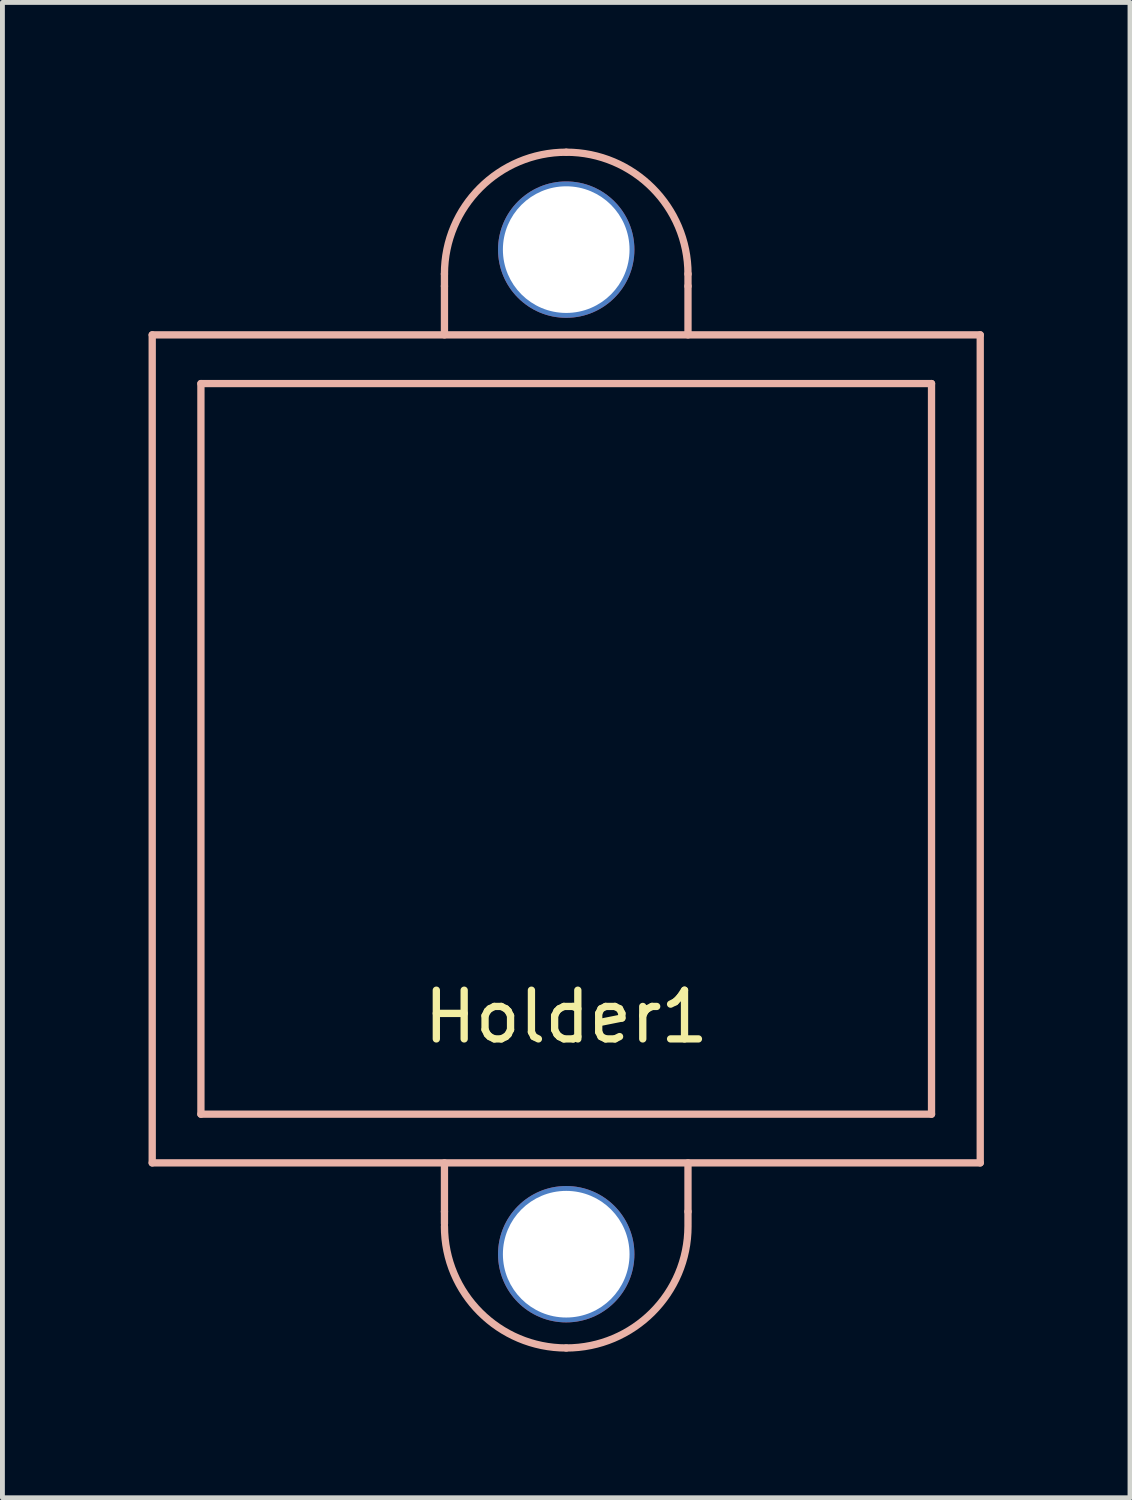
<source format=kicad_pcb>
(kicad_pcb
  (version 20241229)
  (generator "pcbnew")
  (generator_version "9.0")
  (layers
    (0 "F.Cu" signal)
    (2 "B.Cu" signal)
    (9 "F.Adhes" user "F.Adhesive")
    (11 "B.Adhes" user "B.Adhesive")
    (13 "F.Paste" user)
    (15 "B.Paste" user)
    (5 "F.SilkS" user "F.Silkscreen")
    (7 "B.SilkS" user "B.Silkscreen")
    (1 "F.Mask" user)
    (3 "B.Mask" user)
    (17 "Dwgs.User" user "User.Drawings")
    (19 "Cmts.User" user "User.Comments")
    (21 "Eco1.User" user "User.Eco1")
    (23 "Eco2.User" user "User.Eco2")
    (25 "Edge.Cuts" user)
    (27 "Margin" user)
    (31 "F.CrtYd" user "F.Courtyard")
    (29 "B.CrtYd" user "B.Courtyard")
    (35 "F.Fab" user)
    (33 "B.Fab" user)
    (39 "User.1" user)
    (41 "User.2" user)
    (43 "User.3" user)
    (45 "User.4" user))
  (footprint "Holder1"
    (layer "F.Cu")
    (at 8.575 9.825)
    (property "Reference" "Holder1" (at 0 8 0) (layer "F.SilkS") (effects (font (size 1 1) (thickness 0.15))))
    (attr through_hole)
    (fp_line (start -8.5 -6) (end -8.5 11) (stroke (width 0.15) (type solid)) (layer "B.SilkS"))
    (fp_line (start -8.5 11) (end 8.5 11) (stroke (width 0.15) (type solid)) (layer "B.SilkS"))
    (fp_line (start -7.5 -5) (end 7.5 -5) (stroke (width 0.15) (type solid)) (layer "B.SilkS"))
    (fp_line (start -7.5 10) (end -7.5 -5) (stroke (width 0.15) (type solid)) (layer "B.SilkS"))
    (fp_line (start -2.5 -7.25) (end -2.5 -7) (stroke (width 0.15) (type solid)) (layer "B.SilkS"))
    (fp_line (start -2.5 -6) (end -2.5 -7) (stroke (width 0.15) (type solid)) (layer "B.SilkS"))
    (fp_line (start -2.5 11) (end -2.5 12) (stroke (width 0.15) (type solid)) (layer "B.SilkS"))
    (fp_line (start -2.5 12.25) (end -2.5 12) (stroke (width 0.15) (type solid)) (layer "B.SilkS"))
    (fp_line (start 2.5 -7.25) (end 2.5 -7) (stroke (width 0.15) (type solid)) (layer "B.SilkS"))
    (fp_line (start 2.5 -6) (end 2.5 -7) (stroke (width 0.15) (type solid)) (layer "B.SilkS"))
    (fp_line (start 2.5 11) (end 2.5 12) (stroke (width 0.15) (type solid)) (layer "B.SilkS"))
    (fp_line (start 2.5 12.25) (end 2.5 12) (stroke (width 0.15) (type solid)) (layer "B.SilkS"))
    (fp_line (start 7.5 -5) (end 7.5 10) (stroke (width 0.15) (type solid)) (layer "B.SilkS"))
    (fp_line (start 7.5 10) (end -7.5 10) (stroke (width 0.15) (type solid)) (layer "B.SilkS"))
    (fp_line (start 8.5 -6) (end -8.5 -6) (stroke (width 0.15) (type solid)) (layer "B.SilkS"))
    (fp_line (start 8.5 11) (end 8.5 -6) (stroke (width 0.15) (type solid)) (layer "B.SilkS"))
    (fp_arc (start -2.5 -7.25) (mid -1.767767 -9.017767) (end 0 -9.75) (stroke (width 0.15) (type solid)) (layer "B.SilkS"))
    (fp_arc (start 0 -9.75) (mid 1.767767 -9.017767) (end 2.5 -7.25) (stroke (width 0.15) (type solid)) (layer "B.SilkS"))
    (fp_arc (start 0 14.8) (mid -1.767767 14.067767) (end -2.5 12.3) (stroke (width 0.15) (type solid)) (layer "B.SilkS"))
    (fp_arc (start 2.5 12.3) (mid 1.767767 14.067767) (end 0 14.8) (stroke (width 0.15) (type solid)) (layer "B.SilkS"))
    (pad "1" thru_hole circle (at 0 12.875) (size 2.8 2.8) (drill 2.6) (layers "*.Cu" "*.Mask"))
    (pad "2" thru_hole circle (at 0 -7.75) (size 2.8 2.8) (drill 2.6) (layers "*.Cu" "*.Mask")))
  (gr_rect
    (start -3 -3)
    (end 20.15 27.7)
    (stroke (width 0.1) (type default))
    (fill no)
    (layer "Edge.Cuts")))
</source>
